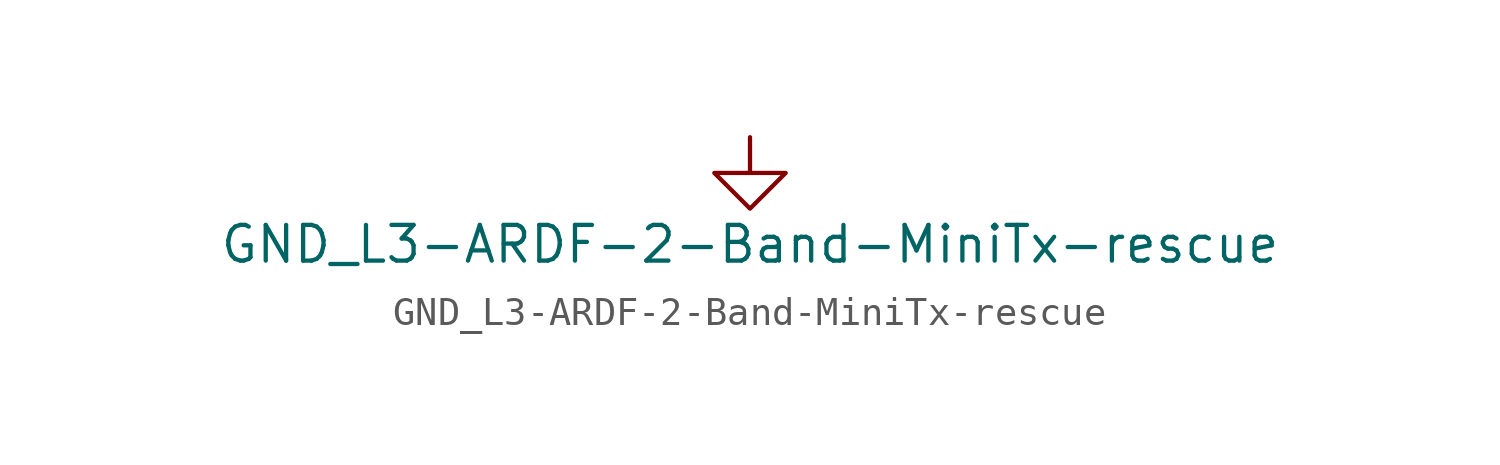
<source format=kicad_sym>
(kicad_symbol_lib
  (version 20211014)
  (generator kicad_symbol_editor)
  (symbol "GND_L3-ARDF-2-Band-MiniTx-rescue"
    (power)
    (pin_names
      (offset 0))
    (property "Reference" "#PWR"
      (at 0 -6.35 0)
      (effects (font (size 1.27 1.27)) hide))
    (property "Value" "GND_L3-ARDF-2-Band-MiniTx-rescue"
      (at 0 -3.81 0)
      (effects (font (size 1.27 1.27))))
    (property "Footprint" ""
      (at 0 0 0)
      (effects (font (size 1.27 1.27))))
    (property "Datasheet" ""
      (at 0 0 0)
      (effects (font (size 1.27 1.27))))
    (symbol "GND_L3-ARDF-2-Band-MiniTx-rescue_0_1"
      (polyline (pts (xy 0 0) (xy 0 -1.27) (xy 1.27 -1.27) (xy 0 -2.54) (xy -1.27 -1.27) (xy 0 -1.27)) (stroke (width 0) (type default) (color 0 0 0 0)) (fill (type none))))
    (symbol "GND_L3-ARDF-2-Band-MiniTx-rescue_1_1"
      (pin power_in line (at 0 0 270) (length 0) hide (name "GND_L3" (effects (font (size 1.27 1.27)))) (number "1" (effects (font (size 1.27 1.27))))))))
</source>
